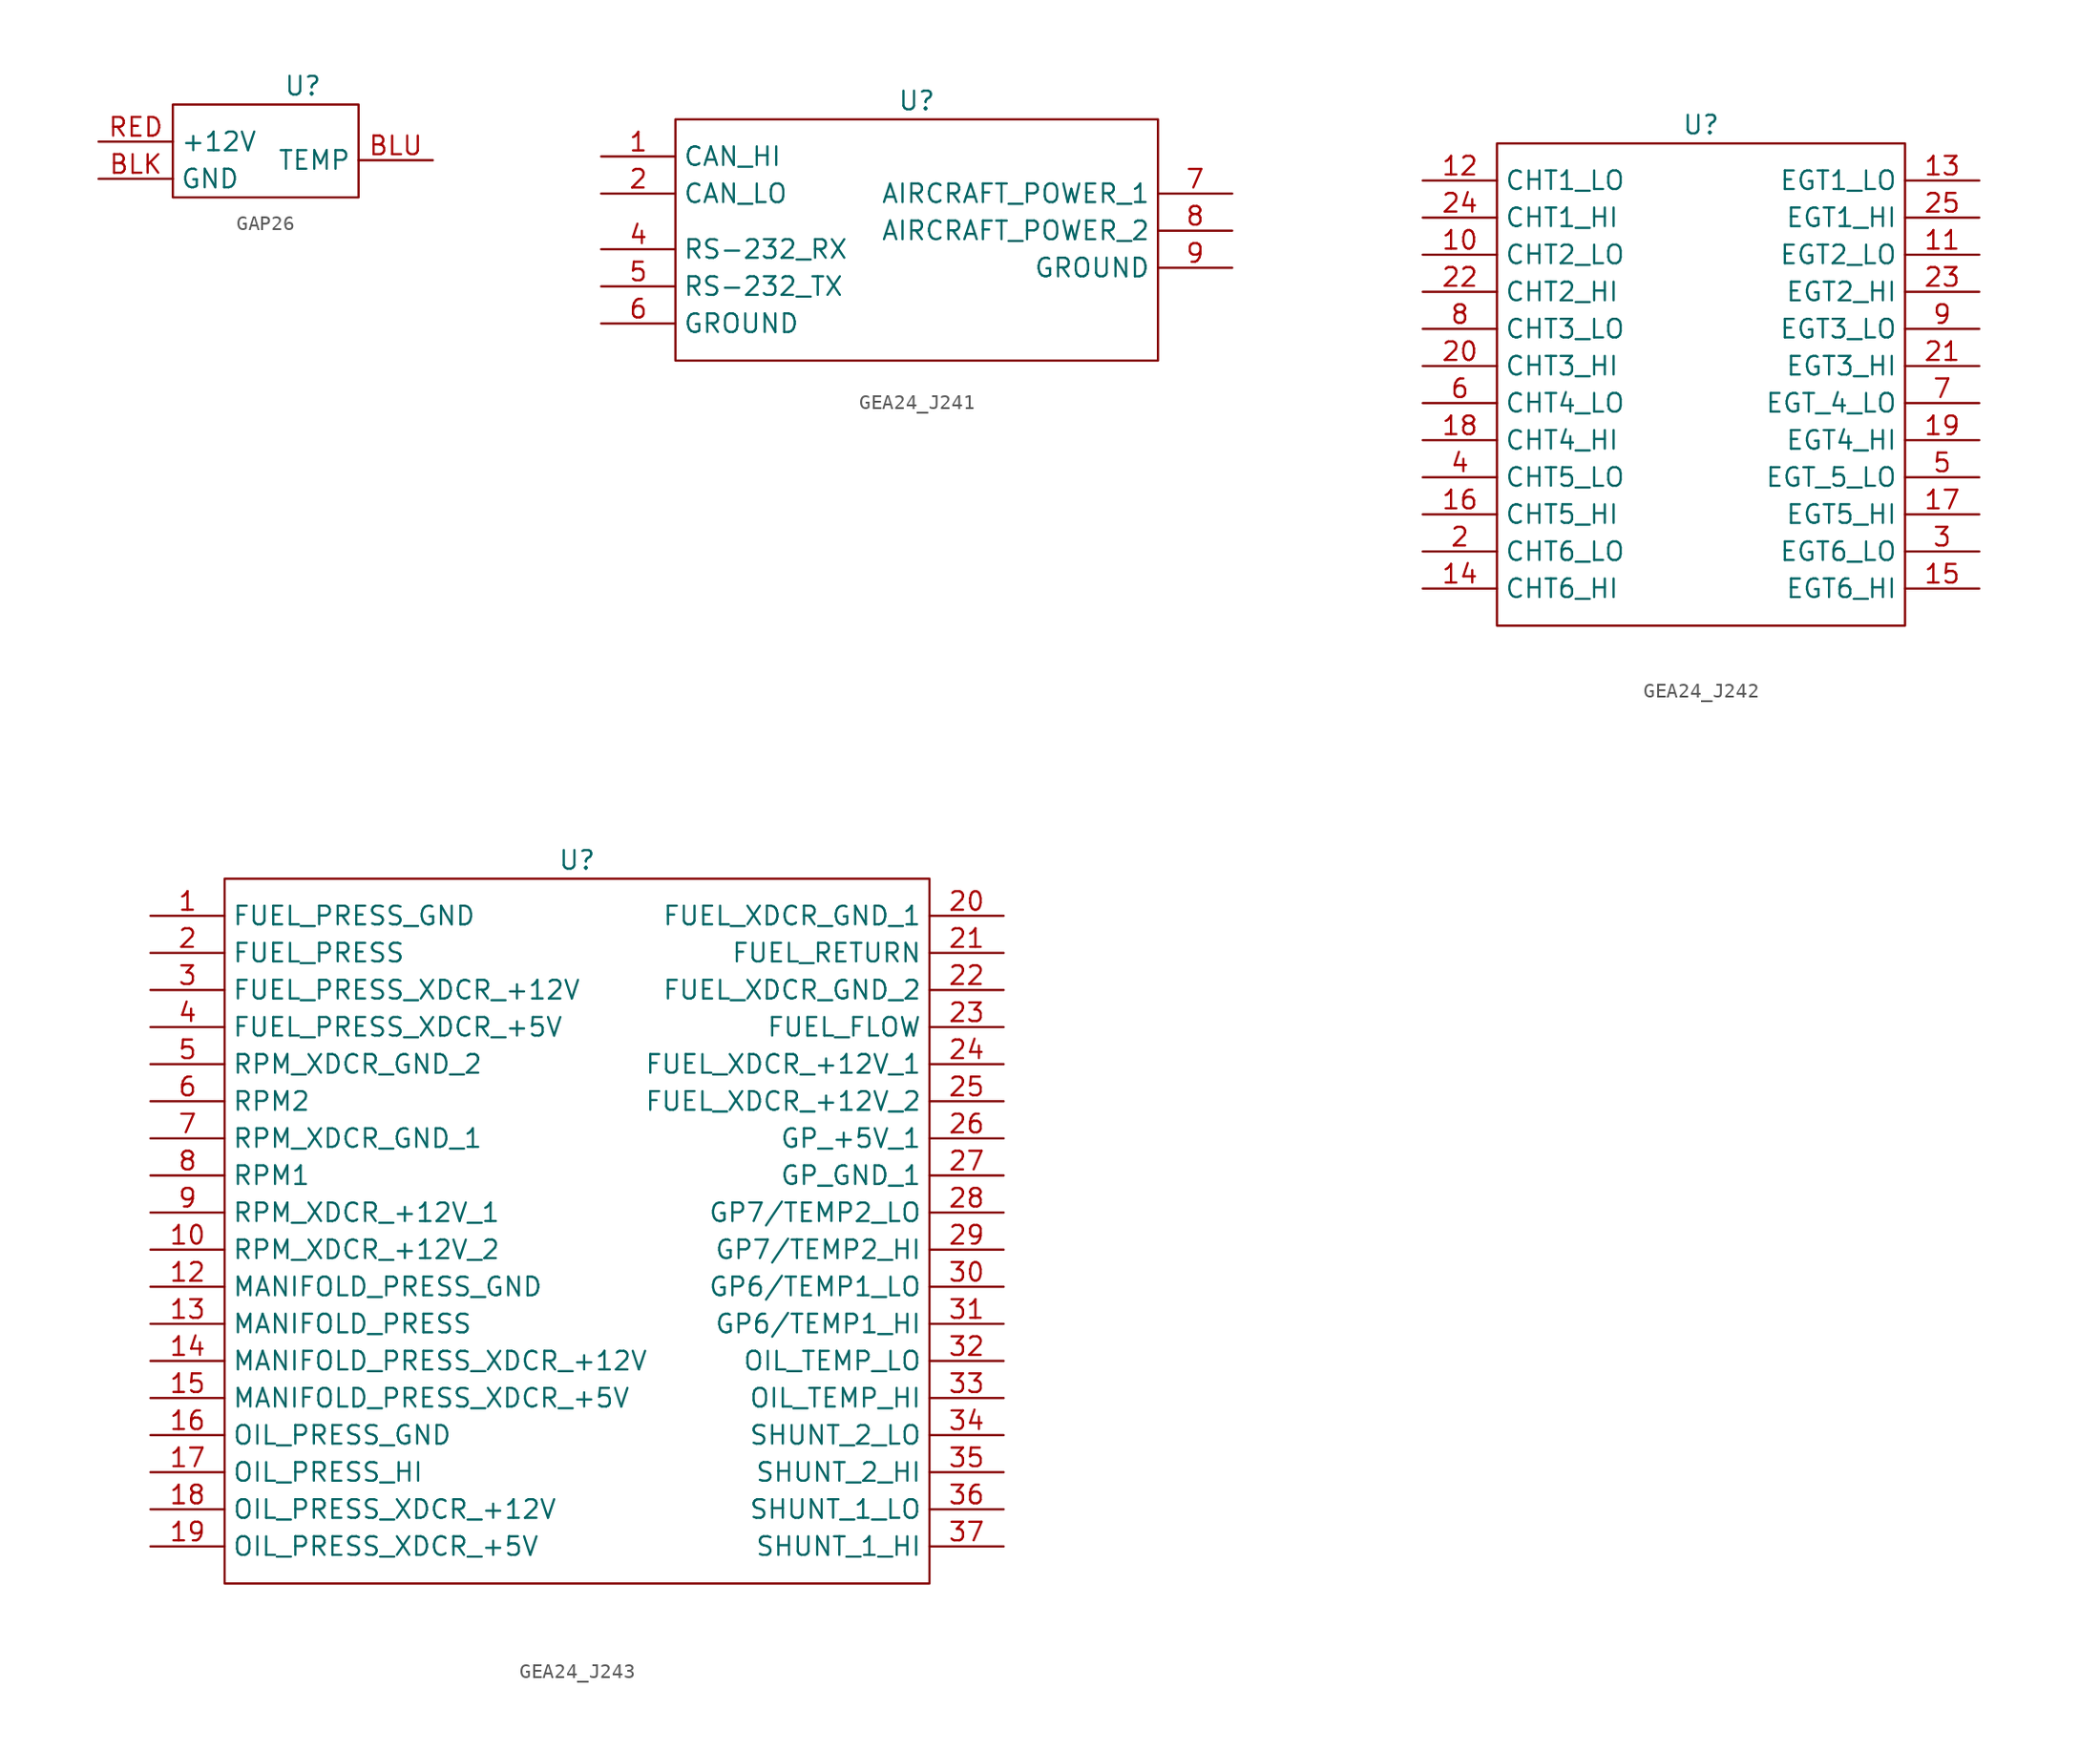
<source format=kicad_sym>
(kicad_symbol_lib
  (version 20241209)
  (generator "kicad_symbol_editor")
  (generator_version "9.0")
  (symbol "GAP26"
    (property "Reference" "U"
      (at 2.54 3.81 0)
      (effects (font (size 1.27 1.27))))
    (property "Value" ""
      (at 2.54 3.81 0)
      (effects (font (size 1.27 1.27))))
    (symbol "GAP26_0_1"
      (rectangle (start -6.35 2.54) (end 6.35 -3.81) (stroke (width 0) (type default)) (fill (type none))))
    (symbol "GAP26_1_0"
      (pin power_in line (at -11.43 0 0) (length 5.08) (name "+12V" (effects (font (size 1.27 1.27)))) (number "RED" (effects (font (size 1.27 1.27)))))
      (pin power_in line (at -11.43 -2.54 0) (length 5.08) (name "GND" (effects (font (size 1.27 1.27)))) (number "BLK" (effects (font (size 1.27 1.27)))))
      (pin output line (at 11.43 -1.27 180) (length 5.08) (name "TEMP" (effects (font (size 1.27 1.27)))) (number "BLU" (effects (font (size 1.27 1.27)))))))
  (symbol "GEA24_J241"
    (property "Reference" "U"
      (at 0 0 0)
      (effects (font (size 1.27 1.27))))
    (property "Value" ""
      (at 0 0 0)
      (effects (font (size 1.27 1.27))))
    (symbol "GEA24_J241_0_1"
      (rectangle (start -16.51 -1.27) (end 16.51 -17.78) (stroke (width 0) (type default)) (fill (type none))))
    (symbol "GEA24_J241_1_0"
      (pin bidirectional line (at -21.59 -3.81 0) (length 5.08) (name "CAN_HI" (effects (font (size 1.27 1.27)))) (number "1" (effects (font (size 1.27 1.27)))))
      (pin bidirectional line (at -21.59 -6.35 0) (length 5.08) (name "CAN_LO" (effects (font (size 1.27 1.27)))) (number "2" (effects (font (size 1.27 1.27)))))
      (pin input line (at -21.59 -10.16 0) (length 5.08) (name "RS-232_RX" (effects (font (size 1.27 1.27)))) (number "4" (effects (font (size 1.27 1.27)))))
      (pin input line (at -21.59 -12.7 0) (length 5.08) (name "RS-232_TX" (effects (font (size 1.27 1.27)))) (number "5" (effects (font (size 1.27 1.27)))))
      (pin input line (at -21.59 -15.24 0) (length 5.08) (name "GROUND" (effects (font (size 1.27 1.27)))) (number "6" (effects (font (size 1.27 1.27)))))
      (pin power_in line (at 21.59 -6.35 180) (length 5.08) (name "AIRCRAFT_POWER_1" (effects (font (size 1.27 1.27)))) (number "7" (effects (font (size 1.27 1.27)))))
      (pin power_in line (at 21.59 -8.89 180) (length 5.08) (name "AIRCRAFT_POWER_2" (effects (font (size 1.27 1.27)))) (number "8" (effects (font (size 1.27 1.27)))))
      (pin power_in line (at 21.59 -11.43 180) (length 5.08) (name "GROUND" (effects (font (size 1.27 1.27)))) (number "9" (effects (font (size 1.27 1.27)))))))
  (symbol "GEA24_J242"
    (property "Reference" "U"
      (at 0 0 0)
      (effects (font (size 1.27 1.27))))
    (property "Value" ""
      (at 0 0 0)
      (effects (font (size 1.27 1.27))))
    (symbol "GEA24_J242_0_1"
      (rectangle (start -13.97 -1.27) (end 13.97 -34.29) (stroke (width 0) (type default)) (fill (type none))))
    (symbol "GEA24_J242_1_0"
      (pin bidirectional line (at -19.05 -3.81 0) (length 5.08) (name "CHT1_LO" (effects (font (size 1.27 1.27)))) (number "12" (effects (font (size 1.27 1.27)))))
      (pin bidirectional line (at -19.05 -6.35 0) (length 5.08) (name "CHT1_HI" (effects (font (size 1.27 1.27)))) (number "24" (effects (font (size 1.27 1.27)))))
      (pin bidirectional line (at -19.05 -8.89 0) (length 5.08) (name "CHT2_LO" (effects (font (size 1.27 1.27)))) (number "10" (effects (font (size 1.27 1.27)))))
      (pin bidirectional line (at -19.05 -11.43 0) (length 5.08) (name "CHT2_HI" (effects (font (size 1.27 1.27)))) (number "22" (effects (font (size 1.27 1.27)))))
      (pin bidirectional line (at -19.05 -13.97 0) (length 5.08) (name "CHT3_LO" (effects (font (size 1.27 1.27)))) (number "8" (effects (font (size 1.27 1.27)))))
      (pin bidirectional line (at -19.05 -16.51 0) (length 5.08) (name "CHT3_HI" (effects (font (size 1.27 1.27)))) (number "20" (effects (font (size 1.27 1.27)))))
      (pin bidirectional line (at -19.05 -19.05 0) (length 5.08) (name "CHT4_LO" (effects (font (size 1.27 1.27)))) (number "6" (effects (font (size 1.27 1.27)))))
      (pin bidirectional line (at -19.05 -21.59 0) (length 5.08) (name "CHT4_HI" (effects (font (size 1.27 1.27)))) (number "18" (effects (font (size 1.27 1.27)))))
      (pin bidirectional line (at -19.05 -24.13 0) (length 5.08) (name "CHT5_LO" (effects (font (size 1.27 1.27)))) (number "4" (effects (font (size 1.27 1.27)))))
      (pin bidirectional line (at -19.05 -26.67 0) (length 5.08) (name "CHT5_HI" (effects (font (size 1.27 1.27)))) (number "16" (effects (font (size 1.27 1.27)))))
      (pin bidirectional line (at -19.05 -29.21 0) (length 5.08) (name "CHT6_LO" (effects (font (size 1.27 1.27)))) (number "2" (effects (font (size 1.27 1.27)))))
      (pin bidirectional line (at -19.05 -31.75 0) (length 5.08) (name "CHT6_HI" (effects (font (size 1.27 1.27)))) (number "14" (effects (font (size 1.27 1.27)))))
      (pin bidirectional line (at 19.05 -3.81 180) (length 5.08) (name "EGT1_LO" (effects (font (size 1.27 1.27)))) (number "13" (effects (font (size 1.27 1.27)))))
      (pin bidirectional line (at 19.05 -6.35 180) (length 5.08) (name "EGT1_HI" (effects (font (size 1.27 1.27)))) (number "25" (effects (font (size 1.27 1.27)))))
      (pin bidirectional line (at 19.05 -8.89 180) (length 5.08) (name "EGT2_LO" (effects (font (size 1.27 1.27)))) (number "11" (effects (font (size 1.27 1.27)))))
      (pin bidirectional line (at 19.05 -11.43 180) (length 5.08) (name "EGT2_HI" (effects (font (size 1.27 1.27)))) (number "23" (effects (font (size 1.27 1.27)))))
      (pin bidirectional line (at 19.05 -13.97 180) (length 5.08) (name "EGT3_LO" (effects (font (size 1.27 1.27)))) (number "9" (effects (font (size 1.27 1.27)))))
      (pin bidirectional line (at 19.05 -16.51 180) (length 5.08) (name "EGT3_HI" (effects (font (size 1.27 1.27)))) (number "21" (effects (font (size 1.27 1.27)))))
      (pin bidirectional line (at 19.05 -19.05 180) (length 5.08) (name "EGT_4_LO" (effects (font (size 1.27 1.27)))) (number "7" (effects (font (size 1.27 1.27)))))
      (pin bidirectional line (at 19.05 -21.59 180) (length 5.08) (name "EGT4_HI" (effects (font (size 1.27 1.27)))) (number "19" (effects (font (size 1.27 1.27)))))
      (pin bidirectional line (at 19.05 -24.13 180) (length 5.08) (name "EGT_5_LO" (effects (font (size 1.27 1.27)))) (number "5" (effects (font (size 1.27 1.27)))))
      (pin bidirectional line (at 19.05 -26.67 180) (length 5.08) (name "EGT5_HI" (effects (font (size 1.27 1.27)))) (number "17" (effects (font (size 1.27 1.27)))))
      (pin bidirectional line (at 19.05 -29.21 180) (length 5.08) (name "EGT6_LO" (effects (font (size 1.27 1.27)))) (number "3" (effects (font (size 1.27 1.27)))))
      (pin bidirectional line (at 19.05 -31.75 180) (length 5.08) (name "EGT6_HI" (effects (font (size 1.27 1.27)))) (number "15" (effects (font (size 1.27 1.27)))))))
  (symbol "GEA24_J243"
    (property "Reference" "U"
      (at 0 0 0)
      (effects (font (size 1.27 1.27))))
    (property "Value" ""
      (at 0 0 0)
      (effects (font (size 1.27 1.27))))
    (symbol "GEA24_J243_0_1"
      (rectangle (start -24.13 -1.27) (end 24.13 -49.53) (stroke (width 0) (type default)) (fill (type none))))
    (symbol "GEA24_J243_1_0"
      (pin power_in line (at -29.21 -3.81 0) (length 5.08) (name "FUEL_PRESS_GND" (effects (font (size 1.27 1.27)))) (number "1" (effects (font (size 1.27 1.27)))))
      (pin input line (at -29.21 -6.35 0) (length 5.08) (name "FUEL_PRESS" (effects (font (size 1.27 1.27)))) (number "2" (effects (font (size 1.27 1.27)))))
      (pin power_out line (at -29.21 -8.89 0) (length 5.08) (name "FUEL_PRESS_XDCR_+12V" (effects (font (size 1.27 1.27)))) (number "3" (effects (font (size 1.27 1.27)))))
      (pin power_out line (at -29.21 -11.43 0) (length 5.08) (name "FUEL_PRESS_XDCR_+5V" (effects (font (size 1.27 1.27)))) (number "4" (effects (font (size 1.27 1.27)))))
      (pin power_in line (at -29.21 -13.97 0) (length 5.08) (name "RPM_XDCR_GND_2" (effects (font (size 1.27 1.27)))) (number "5" (effects (font (size 1.27 1.27)))))
      (pin input line (at -29.21 -16.51 0) (length 5.08) (name "RPM2" (effects (font (size 1.27 1.27)))) (number "6" (effects (font (size 1.27 1.27)))))
      (pin power_in line (at -29.21 -19.05 0) (length 5.08) (name "RPM_XDCR_GND_1" (effects (font (size 1.27 1.27)))) (number "7" (effects (font (size 1.27 1.27)))))
      (pin power_in line (at -29.21 -21.59 0) (length 5.08) (name "RPM1" (effects (font (size 1.27 1.27)))) (number "8" (effects (font (size 1.27 1.27)))))
      (pin power_out line (at -29.21 -24.13 0) (length 5.08) (name "RPM_XDCR_+12V_1" (effects (font (size 1.27 1.27)))) (number "9" (effects (font (size 1.27 1.27)))))
      (pin power_out line (at -29.21 -26.67 0) (length 5.08) (name "RPM_XDCR_+12V_2" (effects (font (size 1.27 1.27)))) (number "10" (effects (font (size 1.27 1.27)))))
      (pin power_in line (at -29.21 -29.21 0) (length 5.08) (name "MANIFOLD_PRESS_GND" (effects (font (size 1.27 1.27)))) (number "12" (effects (font (size 1.27 1.27)))))
      (pin input line (at -29.21 -31.75 0) (length 5.08) (name "MANIFOLD_PRESS" (effects (font (size 1.27 1.27)))) (number "13" (effects (font (size 1.27 1.27)))))
      (pin power_out line (at -29.21 -34.29 0) (length 5.08) (name "MANIFOLD_PRESS_XDCR_+12V" (effects (font (size 1.27 1.27)))) (number "14" (effects (font (size 1.27 1.27)))))
      (pin power_out line (at -29.21 -36.83 0) (length 5.08) (name "MANIFOLD_PRESS_XDCR_+5V" (effects (font (size 1.27 1.27)))) (number "15" (effects (font (size 1.27 1.27)))))
      (pin power_in line (at -29.21 -39.37 0) (length 5.08) (name "OIL_PRESS_GND" (effects (font (size 1.27 1.27)))) (number "16" (effects (font (size 1.27 1.27)))))
      (pin input line (at -29.21 -41.91 0) (length 5.08) (name "OIL_PRESS_HI" (effects (font (size 1.27 1.27)))) (number "17" (effects (font (size 1.27 1.27)))))
      (pin power_out line (at -29.21 -44.45 0) (length 5.08) (name "OIL_PRESS_XDCR_+12V" (effects (font (size 1.27 1.27)))) (number "18" (effects (font (size 1.27 1.27)))))
      (pin power_out line (at -29.21 -46.99 0) (length 5.08) (name "OIL_PRESS_XDCR_+5V" (effects (font (size 1.27 1.27)))) (number "19" (effects (font (size 1.27 1.27)))))
      (pin power_in line (at 29.21 -3.81 180) (length 5.08) (name "FUEL_XDCR_GND_1" (effects (font (size 1.27 1.27)))) (number "20" (effects (font (size 1.27 1.27)))))
      (pin input line (at 29.21 -6.35 180) (length 5.08) (name "FUEL_RETURN" (effects (font (size 1.27 1.27)))) (number "21" (effects (font (size 1.27 1.27)))))
      (pin power_in line (at 29.21 -8.89 180) (length 5.08) (name "FUEL_XDCR_GND_2" (effects (font (size 1.27 1.27)))) (number "22" (effects (font (size 1.27 1.27)))))
      (pin input line (at 29.21 -11.43 180) (length 5.08) (name "FUEL_FLOW" (effects (font (size 1.27 1.27)))) (number "23" (effects (font (size 1.27 1.27)))))
      (pin power_out line (at 29.21 -13.97 180) (length 5.08) (name "FUEL_XDCR_+12V_1" (effects (font (size 1.27 1.27)))) (number "24" (effects (font (size 1.27 1.27)))))
      (pin power_out line (at 29.21 -16.51 180) (length 5.08) (name "FUEL_XDCR_+12V_2" (effects (font (size 1.27 1.27)))) (number "25" (effects (font (size 1.27 1.27)))))
      (pin power_out line (at 29.21 -19.05 180) (length 5.08) (name "GP_+5V_1" (effects (font (size 1.27 1.27)))) (number "26" (effects (font (size 1.27 1.27)))))
      (pin power_in line (at 29.21 -21.59 180) (length 5.08) (name "GP_GND_1" (effects (font (size 1.27 1.27)))) (number "27" (effects (font (size 1.27 1.27)))))
      (pin input line (at 29.21 -24.13 180) (length 5.08) (name "GP7/TEMP2_LO" (effects (font (size 1.27 1.27)))) (number "28" (effects (font (size 1.27 1.27)))))
      (pin input line (at 29.21 -26.67 180) (length 5.08) (name "GP7/TEMP2_HI" (effects (font (size 1.27 1.27)))) (number "29" (effects (font (size 1.27 1.27)))))
      (pin input line (at 29.21 -29.21 180) (length 5.08) (name "GP6/TEMP1_LO" (effects (font (size 1.27 1.27)))) (number "30" (effects (font (size 1.27 1.27)))))
      (pin input line (at 29.21 -31.75 180) (length 5.08) (name "GP6/TEMP1_HI" (effects (font (size 1.27 1.27)))) (number "31" (effects (font (size 1.27 1.27)))))
      (pin input line (at 29.21 -34.29 180) (length 5.08) (name "OIL_TEMP_LO" (effects (font (size 1.27 1.27)))) (number "32" (effects (font (size 1.27 1.27)))))
      (pin input line (at 29.21 -36.83 180) (length 5.08) (name "OIL_TEMP_HI" (effects (font (size 1.27 1.27)))) (number "33" (effects (font (size 1.27 1.27)))))
      (pin power_in line (at 29.21 -39.37 180) (length 5.08) (name "SHUNT_2_LO" (effects (font (size 1.27 1.27)))) (number "34" (effects (font (size 1.27 1.27)))))
      (pin power_out line (at 29.21 -41.91 180) (length 5.08) (name "SHUNT_2_HI" (effects (font (size 1.27 1.27)))) (number "35" (effects (font (size 1.27 1.27)))))
      (pin power_in line (at 29.21 -44.45 180) (length 5.08) (name "SHUNT_1_LO" (effects (font (size 1.27 1.27)))) (number "36" (effects (font (size 1.27 1.27)))))
      (pin power_out line (at 29.21 -46.99 180) (length 5.08) (name "SHUNT_1_HI" (effects (font (size 1.27 1.27)))) (number "37" (effects (font (size 1.27 1.27))))))))
</source>
